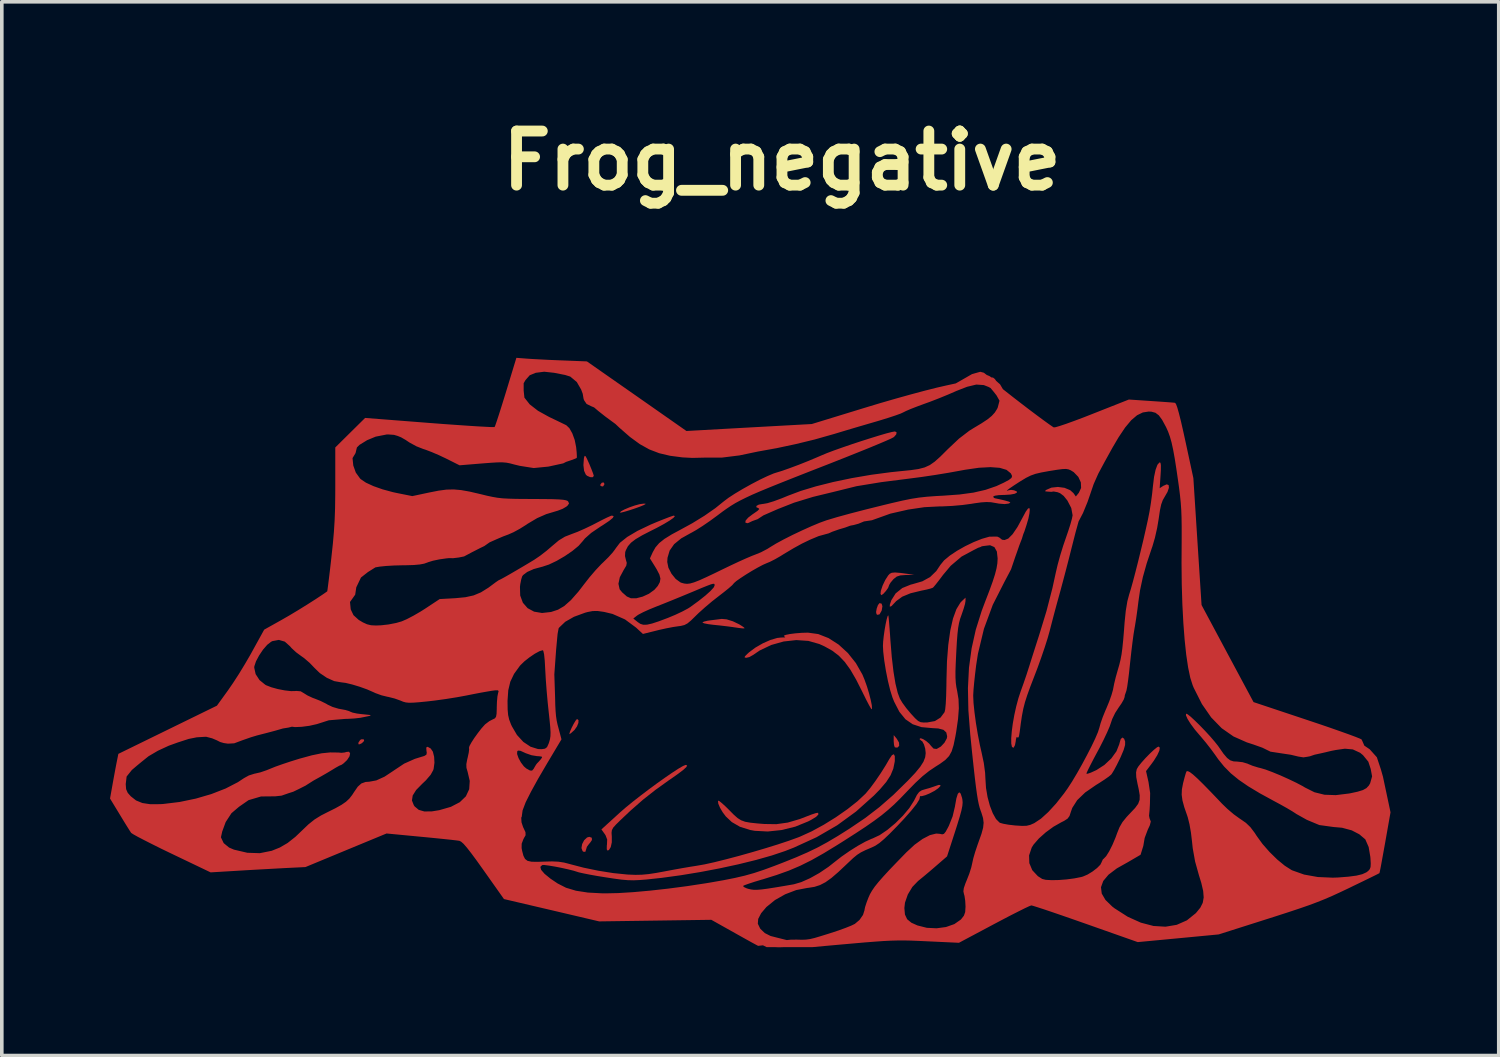
<source format=kicad_pcb>
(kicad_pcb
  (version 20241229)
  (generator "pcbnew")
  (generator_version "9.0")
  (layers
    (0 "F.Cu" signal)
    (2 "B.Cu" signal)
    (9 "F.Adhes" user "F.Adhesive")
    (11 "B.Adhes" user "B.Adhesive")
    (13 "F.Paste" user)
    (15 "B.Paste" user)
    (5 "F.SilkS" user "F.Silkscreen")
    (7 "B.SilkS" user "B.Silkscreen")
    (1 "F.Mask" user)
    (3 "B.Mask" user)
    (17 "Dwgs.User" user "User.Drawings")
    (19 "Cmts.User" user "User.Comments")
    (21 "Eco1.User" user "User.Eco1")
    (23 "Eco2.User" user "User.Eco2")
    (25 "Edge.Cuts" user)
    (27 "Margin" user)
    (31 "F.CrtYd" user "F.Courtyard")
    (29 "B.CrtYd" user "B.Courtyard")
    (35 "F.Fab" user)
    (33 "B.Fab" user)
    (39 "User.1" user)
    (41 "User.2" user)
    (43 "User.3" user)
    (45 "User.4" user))
  (footprint "Frog_negative"
    (layer "F.Cu")
    (at 18.626 1.404)
    (property "Reference" "Frog_negative" (at 0 0 0) (layer "F.SilkS") (effects (font (size 1.5 1.5) (thickness 0.3))))
    (attr board_only exclude_from_pos_files exclude_from_bom)
    (fp_poly (pts (xy -4.919 8.965) (xy -4.953 9.023) (xy -4.986 9.032) (xy -5.035 9.007) (xy -5.036 8.982) (xy -4.994 8.926) (xy -4.943 8.919)) (stroke (width 0) (type solid)) (fill yes) (layer "F.Cu"))
    (fp_poly (pts (xy -11.587 16.044) (xy -11.584 16.086) (xy -11.639 16.142) (xy -11.665 16.158) (xy -11.729 16.184) (xy -11.743 16.155) (xy -11.739 16.128) (xy -11.691 16.056) (xy -11.65 16.037)) (stroke (width 0) (type solid)) (fill yes) (layer "F.Cu"))
    (fp_poly (pts (xy 3.183 16.025) (xy 3.245 16.131) (xy 3.249 16.221) (xy 3.199 16.27) (xy 3.133 16.263) (xy 3.125 16.256) (xy 3.106 16.197) (xy 3.097 16.092) (xy 3.097 16.075) (xy 3.098 15.923)) (stroke (width 0) (type solid)) (fill yes) (layer "F.Cu"))
    (fp_poly (pts (xy 2.761 12.278) (xy 2.784 12.349) (xy 2.767 12.457) (xy 2.759 12.481) (xy 2.704 12.576) (xy 2.644 12.589) (xy 2.621 12.571) (xy 2.609 12.511) (xy 2.626 12.415) (xy 2.66 12.32) (xy 2.701 12.266) (xy 2.704 12.265)) (stroke (width 0) (type solid)) (fill yes) (layer "F.Cu"))
    (fp_poly (pts (xy -5.64 15.508) (xy -5.643 15.584) (xy -5.682 15.682) (xy -5.75 15.779) (xy -5.767 15.795) (xy -5.845 15.865) (xy -5.89 15.896) (xy -5.894 15.894) (xy -5.876 15.827) (xy -5.832 15.725) (xy -5.776 15.615) (xy -5.722 15.524) (xy -5.684 15.479) (xy -5.68 15.477)) (stroke (width 0) (type solid)) (fill yes) (layer "F.Cu"))
    (fp_poly (pts (xy -5.272 18.768) (xy -5.267 18.831) (xy -5.326 18.917) (xy -5.343 18.933) (xy -5.407 19.019) (xy -5.428 19.088) (xy -5.45 19.158) (xy -5.505 19.156) (xy -5.527 19.138) (xy -5.558 19.054) (xy -5.539 18.944) (xy -5.483 18.836) (xy -5.403 18.761) (xy -5.34 18.743)) (stroke (width 0) (type solid)) (fill yes) (layer "F.Cu"))
    (fp_poly (pts (xy -5.446 8.19) (xy -5.408 8.258) (xy -5.346 8.395) (xy -5.339 8.411) (xy -5.279 8.557) (xy -5.235 8.673) (xy -5.216 8.736) (xy -5.216 8.739) (xy -5.247 8.775) (xy -5.319 8.772) (xy -5.4 8.736) (xy -5.437 8.703) (xy -5.485 8.597) (xy -5.504 8.439) (xy -5.491 8.259) (xy -5.485 8.227) (xy -5.47 8.183)) (stroke (width 0) (type solid)) (fill yes) (layer "F.Cu"))
    (fp_poly (pts (xy -3.78 9.511) (xy -3.781 9.518) (xy -3.834 9.548) (xy -3.939 9.591) (xy -4.075 9.64) (xy -4.22 9.688) (xy -4.353 9.728) (xy -4.451 9.753) (xy -4.494 9.755) (xy -4.495 9.753) (xy -4.458 9.717) (xy -4.362 9.666) (xy -4.231 9.611) (xy -4.086 9.56) (xy -3.95 9.523) (xy -3.922 9.518) (xy -3.825 9.506)) (stroke (width 0) (type solid)) (fill yes) (layer "F.Cu"))
    (fp_poly (pts (xy -1.534 12.714) (xy -1.361 12.768) (xy -1.183 12.853) (xy -1.092 12.911) (xy -1.046 12.945) (xy -1.038 12.963) (xy -1.079 12.966) (xy -1.181 12.955) (xy -1.355 12.93) (xy -1.357 12.929) (xy -1.526 12.907) (xy -1.73 12.883) (xy -1.898 12.866) (xy -2.047 12.847) (xy -2.156 12.825) (xy -2.204 12.805) (xy -2.205 12.802) (xy -2.167 12.778) (xy -2.071 12.754) (xy -2.004 12.744) (xy -1.85 12.725) (xy -1.708 12.707) (xy -1.671 12.702)) (stroke (width 0) (type solid)) (fill yes) (layer "F.Cu"))
    (fp_poly (pts (xy 3.281 11.427) (xy 3.361 11.437) (xy 3.668 11.479) (xy 3.432 11.485) (xy 3.282 11.496) (xy 3.182 11.528) (xy 3.099 11.593) (xy 3.082 11.61) (xy 3.009 11.698) (xy 2.97 11.765) (xy 2.968 11.774) (xy 2.943 11.84) (xy 2.882 11.927) (xy 2.812 12.005) (xy 2.756 12.042) (xy 2.752 12.043) (xy 2.732 12.008) (xy 2.74 11.926) (xy 2.79 11.777) (xy 2.863 11.624) (xy 2.943 11.499) (xy 2.987 11.451) (xy 3.044 11.423) (xy 3.136 11.415)) (stroke (width 0) (type solid)) (fill yes) (layer "F.Cu"))
    (fp_poly (pts (xy -1.729 17.757) (xy -1.647 17.825) (xy -1.534 17.93) (xy -1.454 18.01) (xy -1.331 18.134) (xy -1.23 18.223) (xy -1.133 18.284) (xy -1.021 18.325) (xy -0.875 18.351) (xy -0.677 18.372) (xy -0.488 18.387) (xy -0.157 18.392) (xy 0.16 18.348) (xy 0.494 18.25) (xy 0.67 18.182) (xy 0.818 18.125) (xy 0.934 18.087) (xy 0.998 18.076) (xy 1.003 18.078) (xy 1.009 18.125) (xy 0.945 18.19) (xy 0.805 18.275) (xy 0.725 18.316) (xy 0.369 18.461) (xy -0.013 18.555) (xy -0.395 18.595) (xy -0.755 18.576) (xy -0.882 18.553) (xy -1.165 18.464) (xy -1.39 18.334) (xy -1.557 18.177) (xy -1.645 18.06) (xy -1.718 17.935) (xy -1.765 17.824) (xy -1.773 17.751) (xy -1.767 17.74)) (stroke (width 0) (type solid)) (fill yes) (layer "F.Cu"))
    (fp_poly (pts (xy -2.629 16.763) (xy -2.648 16.805) (xy -2.727 16.88) (xy -2.872 16.991) (xy -3.084 17.141) (xy -3.128 17.17) (xy -3.505 17.44) (xy -3.854 17.715) (xy -4.202 18.02) (xy -4.478 18.281) (xy -4.603 18.404) (xy -4.679 18.489) (xy -4.715 18.559) (xy -4.724 18.633) (xy -4.717 18.734) (xy -4.717 18.737) (xy -4.717 18.896) (xy -4.746 19.027) (xy -4.796 19.108) (xy -4.836 19.124) (xy -4.857 19.087) (xy -4.855 18.988) (xy -4.851 18.957) (xy -4.845 18.818) (xy -4.888 18.704) (xy -4.914 18.664) (xy -5.005 18.537) (xy -4.485 18.063) (xy -4.327 17.926) (xy -4.135 17.769) (xy -3.918 17.6) (xy -3.689 17.426) (xy -3.458 17.256) (xy -3.237 17.099) (xy -3.036 16.961) (xy -2.868 16.852) (xy -2.742 16.779) (xy -2.671 16.75) (xy -2.668 16.75)) (stroke (width 0) (type solid)) (fill yes) (layer "F.Cu"))
    (fp_poly (pts (xy 1.006 13.122) (xy 1.293 13.235) (xy 1.57 13.413) (xy 1.826 13.647) (xy 2.049 13.927) (xy 2.229 14.243) (xy 2.286 14.379) (xy 2.356 14.574) (xy 2.415 14.77) (xy 2.461 14.95) (xy 2.49 15.094) (xy 2.496 15.187) (xy 2.488 15.208) (xy 2.464 15.18) (xy 2.411 15.088) (xy 2.337 14.946) (xy 2.249 14.768) (xy 2.229 14.727) (xy 2.056 14.385) (xy 1.897 14.111) (xy 1.741 13.895) (xy 1.577 13.723) (xy 1.394 13.583) (xy 1.18 13.464) (xy 1.038 13.399) (xy 0.734 13.312) (xy 0.397 13.289) (xy 0.047 13.328) (xy -0.298 13.425) (xy -0.618 13.578) (xy -0.801 13.702) (xy -0.904 13.76) (xy -0.992 13.78) (xy -1.035 13.771) (xy -1.028 13.741) (xy -0.964 13.675) (xy -0.912 13.628) (xy -0.736 13.497) (xy -0.531 13.379) (xy -0.321 13.286) (xy -0.131 13.23) (xy -0.021 13.218) (xy 0.076 13.216) (xy 0.093 13.204) (xy 0.064 13.189) (xy 0.052 13.167) (xy 0.109 13.144) (xy 0.221 13.121) (xy 0.372 13.102) (xy 0.546 13.088) (xy 0.721 13.083)) (stroke (width 0) (type solid)) (fill yes) (layer "F.Cu"))
    (fp_poly (pts (xy -7.063 5.488) (xy -6.912 5.498) (xy -6.701 5.509) (xy -6.453 5.522) (xy -6.192 5.533) (xy -6.085 5.537) (xy -5.407 5.564) (xy -4.027 6.528) (xy -2.648 7.493) (xy -0.911 7.396) (xy 0.827 7.3) (xy 2.288 6.852) (xy 2.718 6.722) (xy 3.15 6.597) (xy 3.566 6.481) (xy 3.95 6.378) (xy 4.286 6.293) (xy 4.556 6.231) (xy 4.818 6.174) (xy 5.27 5.915) (xy 5.497 5.852) (xy 5.596 5.878) (xy 5.677 5.94) (xy 5.75 5.97) (xy 5.81 6.01) (xy 5.85 6.012) (xy 5.899 6.05) (xy 5.94 6.107) (xy 6.045 6.199) (xy 6.124 6.333) (xy 6.205 6.397) (xy 6.41 6.558) (xy 6.63 6.728) (xy 6.852 6.898) (xy 7.064 7.057) (xy 7.252 7.196) (xy 7.404 7.306) (xy 7.508 7.378) (xy 7.535 7.394) (xy 7.587 7.387) (xy 7.706 7.352) (xy 7.882 7.293) (xy 8.103 7.213) (xy 8.359 7.117) (xy 8.601 7.022) (xy 9.616 6.621) (xy 10.225 6.662) (xy 10.448 6.677) (xy 10.642 6.691) (xy 10.793 6.702) (xy 10.881 6.71) (xy 10.895 6.712) (xy 10.922 6.744) (xy 10.957 6.838) (xy 11.003 6.999) (xy 11.061 7.23) (xy 11.131 7.537) (xy 11.18 7.76) (xy 11.404 8.799) (xy 11.517 10.558) (xy 11.631 12.317) (xy 12.351 13.663) (xy 13.072 15.008) (xy 14.547 15.5) (xy 14.885 15.613) (xy 15.198 15.72) (xy 15.477 15.818) (xy 15.712 15.902) (xy 15.895 15.97) (xy 16.015 16.018) (xy 16.065 16.042) (xy 16.065 16.042) (xy 16.091 16.095) (xy 16.143 16.215) (xy 16.292 16.316) (xy 16.49 16.537) (xy 16.602 16.874) (xy 16.66 17.078) (xy 16.869 18.063) (xy 16.721 18.901) (xy 16.675 19.156) (xy 16.634 19.381) (xy 16.601 19.563) (xy 16.576 19.689) (xy 16.563 19.747) (xy 16.563 19.749) (xy 16.523 19.77) (xy 16.419 19.822) (xy 16.26 19.9) (xy 16.058 19.998) (xy 15.824 20.111) (xy 15.72 20.162) (xy 15.475 20.278) (xy 15.256 20.379) (xy 15.047 20.469) (xy 14.834 20.554) (xy 14.604 20.64) (xy 14.341 20.731) (xy 14.031 20.834) (xy 13.66 20.954) (xy 13.496 21.006) (xy 12.106 21.448) (xy 10.984 21.555) (xy 9.862 21.661) (xy 8.419 21.152) (xy 8.085 21.035) (xy 7.775 20.927) (xy 7.498 20.832) (xy 7.264 20.753) (xy 7.082 20.694) (xy 6.961 20.656) (xy 6.912 20.644) (xy 6.858 20.664) (xy 6.741 20.718) (xy 6.571 20.803) (xy 6.357 20.911) (xy 6.112 21.039) (xy 5.877 21.163) (xy 4.906 21.68) (xy 4.011 21.638) (xy 3.774 21.627) (xy 3.57 21.619) (xy 3.385 21.615) (xy 3.206 21.616) (xy 3.021 21.621) (xy 2.816 21.631) (xy 2.579 21.648) (xy 2.296 21.67) (xy 1.955 21.7) (xy 1.548 21.736) (xy 1.183 21.769) (xy 0.838 21.801) (xy 0.524 21.8) (xy 0.251 21.8) (xy 0.075 21.8) (xy -0.083 21.805) (xy -0.212 21.8) (xy -0.28 21.8) (xy -0.348 21.8) (xy -0.426 21.8) (xy -0.527 21.75) (xy -0.662 21.765) (xy -0.842 21.668) (xy -1.081 21.535) (xy -1.181 21.479) (xy -1.958 21.043) (xy -3.513 21.065) (xy -5.067 21.087) (xy -6.386 20.777) (xy -7.706 20.468) (xy -8.27 19.671) (xy -8.464 19.399) (xy -8.618 19.191) (xy -8.737 19.039) (xy -8.826 18.937) (xy -8.893 18.878) (xy -8.942 18.853) (xy -8.944 18.853) (xy -9.017 18.843) (xy -9.161 18.826) (xy -9.361 18.805) (xy -9.605 18.78) (xy -9.878 18.753) (xy -10.007 18.741) (xy -10.961 18.65) (xy -12.085 19.115) (xy -13.209 19.581) (xy -13.739 19.607) (xy -13.966 19.619) (xy -14.25 19.635) (xy -14.562 19.652) (xy -14.874 19.67) (xy -15.053 19.681) (xy -15.838 19.728) (xy -16.916 19.212) (xy -17.198 19.076) (xy -17.455 18.948) (xy -17.678 18.835) (xy -17.857 18.742) (xy -17.98 18.673) (xy -18.038 18.635) (xy -18.041 18.632) (xy -18.08 18.573) (xy -18.153 18.457) (xy -18.248 18.303) (xy -18.356 18.125) (xy -18.626 17.681) (xy -18.556 17.29) (xy -18.555 17.282) (xy -18.191 17.282) (xy -18.18 17.422) (xy -18.135 17.524) (xy -18.051 17.619) (xy -17.905 17.734) (xy -17.729 17.806) (xy -17.509 17.839) (xy -17.229 17.837) (xy -17.152 17.832) (xy -16.699 17.777) (xy -16.247 17.683) (xy -15.816 17.557) (xy -15.421 17.403) (xy -15.082 17.228) (xy -14.911 17.115) (xy -14.779 17.042) (xy -14.624 16.993) (xy -14.598 16.988) (xy -14.457 16.955) (xy -14.287 16.897) (xy -14.174 16.851) (xy -14.04 16.797) (xy -13.848 16.729) (xy -13.623 16.654) (xy -13.389 16.581) (xy -13.357 16.572) (xy -13.031 16.483) (xy -12.76 16.427) (xy -12.522 16.403) (xy -12.295 16.406) (xy -12.212 16.414) (xy -12.119 16.404) (xy -12.075 16.39) (xy -12.001 16.383) (xy -11.971 16.429) (xy -11.988 16.511) (xy -12.051 16.608) (xy -12.066 16.625) (xy -12.149 16.704) (xy -12.209 16.747) (xy -12.219 16.75) (xy -12.27 16.771) (xy -12.369 16.826) (xy -12.477 16.892) (xy -12.602 16.967) (xy -12.779 17.069) (xy -12.985 17.183) (xy -13.184 17.309) (xy -13.199 17.32) (xy -13.393 17.418) (xy -13.546 17.492) (xy -13.66 17.528) (xy -13.773 17.567) (xy -13.871 17.601) (xy -14.047 17.62) (xy -14.44 17.624) (xy -14.786 17.726) (xy -15.051 17.91) (xy -15.26 18.088) (xy -15.42 18.333) (xy -15.516 18.595) (xy -15.552 18.756) (xy -15.476 18.917) (xy -15.326 19.04) (xy -15.191 19.098) (xy -14.819 19.185) (xy -14.474 19.196) (xy -14.145 19.13) (xy -13.919 19.039) (xy -13.704 18.914) (xy -13.487 18.742) (xy -13.313 18.576) (xy -13.126 18.397) (xy -12.958 18.263) (xy -12.878 18.213) (xy -7.228 18.198) (xy -7.22 18.34) (xy -7.176 18.473) (xy -7.16 18.506) (xy -7.11 18.613) (xy -7.107 18.699) (xy -7.149 18.772) (xy -7.169 18.811) (xy -7.215 18.933) (xy -7.217 19.055) (xy -7.202 19.134) (xy -7.167 19.267) (xy -7.122 19.356) (xy -7.052 19.409) (xy -6.94 19.433) (xy -6.772 19.436) (xy -6.604 19.43) (xy -6.374 19.424) (xy -6.197 19.432) (xy -6.041 19.456) (xy -5.874 19.499) (xy -5.873 19.5) (xy -5.498 19.598) (xy -5.087 19.683) (xy -4.677 19.748) (xy -4.304 19.786) (xy -4.262 19.789) (xy -4.063 19.797) (xy -3.884 19.793) (xy -3.699 19.776) (xy -3.482 19.743) (xy -3.244 19.699) (xy -2.999 19.653) (xy -2.754 19.609) (xy -2.536 19.572) (xy -2.371 19.546) (xy -2.353 19.543) (xy -2.143 19.506) (xy -1.868 19.445) (xy -1.547 19.365) (xy -1.195 19.272) (xy -0.829 19.169) (xy -0.466 19.062) (xy -0.121 18.955) (xy 0.187 18.853) (xy 0.444 18.76) (xy 0.509 18.734) (xy 0.823 18.591) (xy 1.159 18.408) (xy 1.496 18.199) (xy 1.814 17.977) (xy 2.094 17.756) (xy 2.315 17.548) (xy 2.328 17.533) (xy 2.447 17.39) (xy 2.59 17.196) (xy 2.74 16.976) (xy 2.88 16.753) (xy 2.977 16.585) (xy 3.049 16.479) (xy 3.101 16.453) (xy 3.128 16.507) (xy 3.128 16.637) (xy 3.125 16.662) (xy 3.086 16.854) (xy 3.011 17.036) (xy 2.891 17.222) (xy 2.716 17.427) (xy 2.549 17.598) (xy 2.054 18.041) (xy 1.53 18.423) (xy 0.96 18.753) (xy 0.331 19.041) (xy 0.085 19.137) (xy -0.282 19.26) (xy -0.716 19.383) (xy -1.202 19.503) (xy -1.724 19.616) (xy -2.264 19.719) (xy -2.806 19.808) (xy -3.333 19.88) (xy -3.758 19.926) (xy -3.953 19.941) (xy -4.118 19.948) (xy -4.275 19.944) (xy -4.45 19.929) (xy -4.664 19.9) (xy -4.885 19.866) (xy -5.122 19.828) (xy -5.337 19.789) (xy -5.513 19.754) (xy -5.632 19.727) (xy -5.664 19.717) (xy -5.776 19.682) (xy -5.932 19.643) (xy -6.113 19.603) (xy -6.296 19.567) (xy -6.46 19.54) (xy -6.584 19.524) (xy -6.646 19.525) (xy -6.698 19.576) (xy -6.676 19.658) (xy -6.581 19.768) (xy -6.417 19.902) (xy -6.218 20.036) (xy -5.986 20.154) (xy -5.71 20.237) (xy -5.379 20.288) (xy -4.982 20.309) (xy -4.889 20.31) (xy -4.537 20.302) (xy -4.119 20.276) (xy -3.652 20.234) (xy -3.151 20.178) (xy -2.633 20.11) (xy -2.115 20.031) (xy -1.993 20.011) (xy -1.619 19.945) (xy -1.307 19.883) (xy -1.032 19.819) (xy -0.772 19.746) (xy -0.504 19.657) (xy -0.205 19.547) (xy 0.021 19.46) (xy 0.39 19.312) (xy 0.702 19.176) (xy 0.983 19.041) (xy 1.256 18.893) (xy 1.548 18.72) (xy 1.878 18.512) (xy 2.309 18.22) (xy 2.702 17.918) (xy 3.083 17.585) (xy 3.477 17.199) (xy 3.498 17.178) (xy 3.695 16.969) (xy 3.833 16.801) (xy 3.922 16.661) (xy 3.97 16.537) (xy 3.984 16.423) (xy 3.971 16.3) (xy 3.936 16.182) (xy 3.89 16.097) (xy 3.852 16.071) (xy 3.817 16.039) (xy 3.816 16.028) (xy 3.844 16.009) (xy 3.912 16.034) (xy 3.999 16.089) (xy 4.083 16.162) (xy 4.13 16.22) (xy 4.202 16.297) (xy 4.282 16.307) (xy 4.296 16.303) (xy 4.405 16.24) (xy 4.504 16.134) (xy 4.569 16.016) (xy 4.579 15.958) (xy 4.555 15.849) (xy 4.477 15.777) (xy 4.334 15.739) (xy 4.163 15.729) (xy 3.867 15.702) (xy 3.624 15.622) (xy 3.423 15.484) (xy 3.255 15.278) (xy 3.111 14.999) (xy 3.061 14.875) (xy 2.999 14.675) (xy 2.937 14.42) (xy 2.881 14.139) (xy 2.836 13.86) (xy 2.807 13.611) (xy 2.799 13.451) (xy 2.805 13.327) (xy 2.822 13.172) (xy 2.846 13.004) (xy 2.874 12.845) (xy 2.903 12.711) (xy 2.929 12.624) (xy 2.947 12.602) (xy 2.955 12.646) (xy 2.966 12.761) (xy 2.98 12.932) (xy 2.996 13.143) (xy 3.006 13.294) (xy 3.044 13.76) (xy 3.091 14.162) (xy 3.146 14.495) (xy 3.209 14.753) (xy 3.268 14.91) (xy 3.339 15.029) (xy 3.447 15.177) (xy 3.57 15.324) (xy 3.578 15.333) (xy 3.692 15.457) (xy 3.773 15.53) (xy 3.844 15.565) (xy 3.928 15.574) (xy 4.03 15.572) (xy 4.239 15.534) (xy 4.396 15.436) (xy 4.507 15.287) (xy 4.525 15.21) (xy 4.54 15.057) (xy 4.551 14.835) (xy 4.558 14.552) (xy 4.56 14.396) (xy 4.574 13.879) (xy 4.61 13.42) (xy 4.666 13.022) (xy 4.741 12.691) (xy 4.835 12.433) (xy 4.946 12.251) (xy 4.983 12.212) (xy 5.088 12.113) (xy 5.088 12.204) (xy 5.074 12.288) (xy 5.035 12.422) (xy 4.982 12.578) (xy 4.98 12.583) (xy 4.939 12.699) (xy 4.908 12.817) (xy 4.884 12.951) (xy 4.865 13.119) (xy 4.848 13.337) (xy 4.832 13.623) (xy 4.831 13.644) (xy 4.817 13.936) (xy 4.809 14.16) (xy 4.81 14.333) (xy 4.818 14.471) (xy 4.834 14.591) (xy 4.857 14.704) (xy 4.894 14.929) (xy 4.903 15.181) (xy 4.881 15.476) (xy 4.83 15.829) (xy 4.806 15.965) (xy 4.757 16.201) (xy 4.704 16.373) (xy 4.632 16.503) (xy 4.528 16.612) (xy 4.378 16.721) (xy 4.264 16.793) (xy 4.079 16.917) (xy 3.896 17.063) (xy 3.698 17.247) (xy 3.467 17.484) (xy 3.448 17.504) (xy 3.271 17.688) (xy 3.105 17.851) (xy 2.937 18.001) (xy 2.758 18.148) (xy 2.555 18.299) (xy 2.318 18.464) (xy 2.035 18.65) (xy 1.694 18.868) (xy 1.527 18.973) (xy 1.148 19.204) (xy 0.814 19.392) (xy 0.502 19.547) (xy 0.189 19.68) (xy -0.146 19.8) (xy -0.525 19.919) (xy -0.572 19.932) (xy -0.761 19.989) (xy -0.92 20.041) (xy -1.032 20.081) (xy -1.076 20.102) (xy -1.062 20.131) (xy -0.985 20.168) (xy -0.928 20.186) (xy -0.857 20.202) (xy -0.781 20.211) (xy -0.689 20.211) (xy -0.569 20.202) (xy -0.409 20.181) (xy -0.197 20.148) (xy 0.078 20.102) (xy 0.331 20.058) (xy 0.535 19.998) (xy 0.778 19.89) (xy 1.037 19.745) (xy 1.29 19.574) (xy 1.455 19.444) (xy 1.651 19.291) (xy 1.874 19.136) (xy 2.101 18.993) (xy 2.312 18.876) (xy 2.485 18.797) (xy 2.514 18.787) (xy 2.706 18.697) (xy 2.921 18.551) (xy 3.143 18.366) (xy 3.352 18.158) (xy 3.53 17.946) (xy 3.658 17.745) (xy 3.67 17.722) (xy 3.741 17.582) (xy 3.803 17.499) (xy 3.875 17.453) (xy 3.962 17.426) (xy 4.098 17.388) (xy 4.214 17.349) (xy 4.232 17.342) (xy 4.343 17.304) (xy 4.393 17.307) (xy 4.387 17.341) (xy 4.331 17.397) (xy 4.233 17.466) (xy 4.098 17.537) (xy 4.095 17.539) (xy 3.973 17.589) (xy 3.881 17.614) (xy 3.85 17.614) (xy 3.824 17.617) (xy 3.826 17.626) (xy 3.81 17.704) (xy 3.73 17.834) (xy 3.585 18.016) (xy 3.378 18.25) (xy 3.188 18.451) (xy 2.987 18.656) (xy 2.828 18.807) (xy 2.7 18.915) (xy 2.589 18.989) (xy 2.492 19.036) (xy 2.316 19.111) (xy 2.188 19.174) (xy 2.082 19.242) (xy 1.972 19.333) (xy 1.835 19.462) (xy 1.795 19.5) (xy 1.561 19.72) (xy 1.37 19.884) (xy 1.205 20.002) (xy 1.054 20.08) (xy 0.903 20.129) (xy 0.737 20.156) (xy 0.7 20.16) (xy 0.394 20.219) (xy 0.09 20.335) (xy -0.193 20.495) (xy -0.431 20.688) (xy -0.577 20.86) (xy -0.659 21.018) (xy -0.669 21.152) (xy -0.606 21.282) (xy -0.595 21.297) (xy -0.475 21.411) (xy -0.314 21.492) (xy -0.133 21.538) (xy 0.133 21.605) (xy 0.24 21.594) (xy 0.407 21.592) (xy 0.55 21.596) (xy 0.664 21.592) (xy 0.775 21.577) (xy 0.902 21.547) (xy 1.067 21.498) (xy 1.287 21.43) (xy 1.352 21.409) (xy 1.565 21.339) (xy 1.761 21.268) (xy 1.919 21.205) (xy 2.018 21.157) (xy 2.021 21.155) (xy 2.15 21.046) (xy 2.246 20.908) (xy 2.289 20.774) (xy 2.29 20.758) (xy 2.305 20.686) (xy 2.345 20.564) (xy 2.396 20.43) (xy 2.44 20.332) (xy 2.497 20.233) (xy 2.572 20.124) (xy 2.674 19.997) (xy 2.809 19.843) (xy 2.984 19.653) (xy 3.207 19.421) (xy 3.448 19.173) (xy 3.676 18.962) (xy 3.897 18.802) (xy 4.1 18.696) (xy 4.276 18.652) (xy 4.377 18.66) (xy 4.442 18.674) (xy 4.491 18.659) (xy 4.538 18.601) (xy 4.601 18.486) (xy 4.627 18.435) (xy 4.731 18.174) (xy 4.797 17.894) (xy 4.799 17.876) (xy 4.835 17.676) (xy 4.874 17.552) (xy 4.914 17.508) (xy 4.954 17.545) (xy 4.992 17.664) (xy 5.002 17.715) (xy 5.008 17.791) (xy 5 17.886) (xy 4.974 18.014) (xy 4.927 18.186) (xy 4.856 18.418) (xy 4.804 18.581) (xy 4.576 19.285) (xy 4.24 19.576) (xy 4.084 19.71) (xy 3.937 19.833) (xy 3.82 19.929) (xy 3.773 19.967) (xy 3.615 20.131) (xy 3.488 20.342) (xy 3.41 20.567) (xy 3.393 20.716) (xy 3.409 20.897) (xy 3.47 21.027) (xy 3.588 21.124) (xy 3.755 21.199) (xy 4.015 21.265) (xy 4.286 21.278) (xy 4.547 21.243) (xy 4.778 21.162) (xy 4.956 21.038) (xy 4.969 21.024) (xy 5.043 20.929) (xy 5.079 20.828) (xy 5.088 20.683) (xy 5.088 20.67) (xy 5.08 20.517) (xy 5.06 20.382) (xy 5.046 20.332) (xy 5.029 20.255) (xy 5.041 20.163) (xy 5.086 20.032) (xy 5.125 19.937) (xy 5.193 19.764) (xy 5.248 19.589) (xy 5.276 19.464) (xy 5.304 19.338) (xy 5.355 19.163) (xy 5.42 18.969) (xy 5.451 18.882) (xy 5.53 18.66) (xy 5.576 18.491) (xy 5.59 18.353) (xy 5.574 18.223) (xy 5.529 18.076) (xy 5.51 18.024) (xy 5.482 17.942) (xy 5.456 17.842) (xy 5.43 17.715) (xy 5.404 17.553) (xy 5.376 17.349) (xy 5.345 17.094) (xy 5.31 16.779) (xy 5.269 16.397) (xy 5.223 15.939) (xy 5.219 15.902) (xy 5.167 15.23) (xy 5.155 14.619) (xy 5.184 14.054) (xy 5.257 13.519) (xy 5.373 12.999) (xy 5.536 12.48) (xy 5.626 12.24) (xy 5.749 11.921) (xy 5.841 11.667) (xy 5.906 11.464) (xy 5.948 11.299) (xy 5.971 11.159) (xy 5.978 11.031) (xy 5.978 11.024) (xy 5.957 10.834) (xy 5.888 10.711) (xy 5.769 10.66) (xy 5.682 10.67) (xy 5.6 10.68) (xy 5.541 10.689) (xy 5.501 10.71) (xy 5.437 10.731) (xy 5.338 10.782) (xy 5.323 10.789) (xy 4.979 10.974) (xy 4.678 11.229) (xy 4.467 11.48) (xy 4.358 11.625) (xy 4.265 11.744) (xy 4.201 11.82) (xy 4.182 11.838) (xy 4.121 11.86) (xy 4.003 11.89) (xy 3.862 11.919) (xy 3.562 11.992) (xy 3.334 12.086) (xy 3.167 12.208) (xy 3.123 12.255) (xy 3.036 12.347) (xy 2.99 12.365) (xy 2.989 12.311) (xy 3.031 12.186) (xy 3.151 11.995) (xy 3.336 11.846) (xy 3.571 11.751) (xy 3.613 11.741) (xy 3.891 11.66) (xy 4.106 11.542) (xy 4.278 11.375) (xy 4.393 11.203) (xy 4.493 11.08) (xy 4.652 10.948) (xy 4.853 10.814) (xy 5.079 10.686) (xy 5.314 10.573) (xy 5.542 10.482) (xy 5.747 10.423) (xy 5.911 10.42) (xy 5.974 10.422) (xy 6.03 10.45) (xy 6.064 10.477) (xy 6.1 10.507) (xy 6.17 10.516) (xy 6.273 10.475) (xy 6.393 10.354) (xy 6.528 10.155) (xy 6.671 9.891) (xy 6.757 9.731) (xy 6.82 9.643) (xy 6.859 9.629) (xy 6.869 9.679) (xy 6.86 9.777) (xy 6.83 9.925) (xy 6.775 10.111) (xy 6.719 10.281) (xy 6.69 10.351) (xy 6.65 10.481) (xy 6.58 10.662) (xy 6.51 10.863) (xy 6.468 10.98) (xy 6.35 11.328) (xy 6.166 11.677) (xy 5.843 12.313) (xy 5.599 12.975) (xy 5.432 13.67) (xy 5.382 13.993) (xy 5.353 14.234) (xy 5.328 14.464) (xy 5.31 14.662) (xy 5.302 14.804) (xy 5.301 14.829) (xy 5.31 15.033) (xy 5.337 15.294) (xy 5.377 15.591) (xy 5.428 15.898) (xy 5.485 16.194) (xy 5.536 16.418) (xy 5.595 16.696) (xy 5.631 16.965) (xy 5.64 17.139) (xy 5.656 17.388) (xy 5.699 17.641) (xy 5.763 17.88) (xy 5.843 18.088) (xy 5.933 18.249) (xy 6.028 18.345) (xy 6.045 18.355) (xy 6.137 18.381) (xy 6.283 18.407) (xy 6.456 18.427) (xy 6.479 18.429) (xy 6.657 18.44) (xy 6.781 18.436) (xy 6.882 18.412) (xy 6.989 18.365) (xy 6.998 18.36) (xy 7.179 18.24) (xy 7.383 18.055) (xy 7.6 17.818) (xy 7.818 17.541) (xy 7.917 17.402) (xy 8.043 17.208) (xy 8.18 16.978) (xy 8.32 16.73) (xy 8.456 16.476) (xy 8.58 16.234) (xy 8.684 16.017) (xy 8.759 15.84) (xy 8.798 15.719) (xy 8.8 15.711) (xy 8.832 15.595) (xy 8.889 15.431) (xy 8.963 15.248) (xy 8.993 15.18) (xy 9.07 14.994) (xy 9.134 14.813) (xy 9.176 14.667) (xy 9.183 14.628) (xy 9.21 14.492) (xy 9.254 14.312) (xy 9.306 14.128) (xy 9.308 14.121) (xy 9.351 13.973) (xy 9.385 13.833) (xy 9.413 13.685) (xy 9.436 13.511) (xy 9.458 13.296) (xy 9.481 13.023) (xy 9.497 12.806) (xy 9.53 12.48) (xy 9.575 12.209) (xy 9.625 12.022) (xy 9.669 11.88) (xy 9.727 11.673) (xy 9.795 11.415) (xy 9.869 11.125) (xy 9.944 10.818) (xy 10.018 10.512) (xy 10.084 10.222) (xy 10.141 9.965) (xy 10.182 9.759) (xy 10.191 9.711) (xy 10.227 9.487) (xy 10.26 9.241) (xy 10.283 9.025) (xy 10.284 9.016) (xy 10.314 8.766) (xy 10.357 8.567) (xy 10.408 8.429) (xy 10.465 8.364) (xy 10.469 8.363) (xy 10.493 8.375) (xy 10.504 8.442) (xy 10.503 8.573) (xy 10.495 8.712) (xy 10.47 9.079) (xy 10.571 9.013) (xy 10.666 8.972) (xy 10.719 8.993) (xy 10.726 9.067) (xy 10.687 9.182) (xy 10.615 9.307) (xy 10.556 9.409) (xy 10.512 9.53) (xy 10.477 9.694) (xy 10.444 9.919) (xy 10.4 10.181) (xy 10.338 10.455) (xy 10.268 10.695) (xy 10.256 10.727) (xy 10.111 11.161) (xy 10.003 11.546) (xy 9.926 11.908) (xy 9.882 12.212) (xy 9.853 12.443) (xy 9.819 12.684) (xy 9.785 12.897) (xy 9.771 12.976) (xy 9.745 13.133) (xy 9.716 13.351) (xy 9.685 13.604) (xy 9.656 13.867) (xy 9.645 13.968) (xy 9.62 14.203) (xy 9.594 14.413) (xy 9.57 14.58) (xy 9.549 14.688) (xy 9.539 14.718) (xy 9.504 14.819) (xy 9.498 14.867) (xy 9.474 14.937) (xy 9.41 15.048) (xy 9.335 15.156) (xy 9.236 15.309) (xy 9.155 15.476) (xy 9.121 15.576) (xy 9.083 15.686) (xy 9.012 15.85) (xy 8.917 16.051) (xy 8.807 16.269) (xy 8.755 16.365) (xy 8.646 16.568) (xy 8.554 16.746) (xy 8.484 16.885) (xy 8.445 16.971) (xy 8.438 16.991) (xy 8.473 16.994) (xy 8.563 16.963) (xy 8.692 16.904) (xy 8.716 16.893) (xy 8.938 16.75) (xy 9.129 16.57) (xy 9.272 16.372) (xy 9.351 16.173) (xy 9.357 16.145) (xy 9.391 16.032) (xy 9.438 15.99) (xy 9.485 16.024) (xy 9.513 16.103) (xy 9.511 16.198) (xy 9.472 16.334) (xy 9.391 16.526) (xy 9.366 16.58) (xy 9.283 16.748) (xy 9.206 16.892) (xy 9.145 16.992) (xy 9.126 17.017) (xy 9.06 17.072) (xy 8.941 17.156) (xy 8.79 17.254) (xy 8.707 17.305) (xy 8.404 17.514) (xy 8.184 17.726) (xy 8.047 17.941) (xy 8.007 18.054) (xy 7.971 18.165) (xy 7.916 18.239) (xy 7.819 18.302) (xy 7.744 18.339) (xy 7.527 18.462) (xy 7.313 18.618) (xy 7.121 18.789) (xy 6.975 18.957) (xy 6.923 19.04) (xy 6.85 19.258) (xy 6.857 19.472) (xy 6.939 19.668) (xy 7.093 19.833) (xy 7.215 19.911) (xy 7.314 19.935) (xy 7.474 19.944) (xy 7.674 19.94) (xy 7.891 19.923) (xy 8.104 19.895) (xy 8.291 19.858) (xy 8.344 19.843) (xy 8.472 19.788) (xy 8.609 19.704) (xy 8.734 19.608) (xy 8.825 19.516) (xy 8.862 19.443) (xy 8.862 19.441) (xy 8.895 19.369) (xy 8.919 19.349) (xy 8.987 19.278) (xy 9.071 19.144) (xy 9.161 18.965) (xy 9.247 18.761) (xy 9.289 18.645) (xy 9.357 18.476) (xy 9.439 18.334) (xy 9.556 18.19) (xy 9.655 18.085) (xy 9.789 17.943) (xy 9.873 17.829) (xy 9.914 17.719) (xy 9.917 17.59) (xy 9.888 17.418) (xy 9.857 17.277) (xy 9.821 17.09) (xy 9.816 16.957) (xy 9.835 16.867) (xy 9.879 16.793) (xy 9.965 16.685) (xy 10.076 16.561) (xy 10.196 16.438) (xy 10.309 16.332) (xy 10.397 16.261) (xy 10.44 16.241) (xy 10.474 16.272) (xy 10.46 16.356) (xy 10.403 16.48) (xy 10.308 16.633) (xy 10.245 16.72) (xy 10.092 16.921) (xy 10.16 17.222) (xy 10.206 17.53) (xy 10.2 17.825) (xy 10.191 17.992) (xy 10.175 18.158) (xy 10.19 18.232) (xy 10.224 18.318) (xy 10.197 18.424) (xy 10.141 18.543) (xy 10.054 18.774) (xy 10.016 18.996) (xy 9.94 19.24) (xy 9.598 19.44) (xy 9.283 19.617) (xy 9.052 19.792) (xy 8.906 19.966) (xy 8.843 20.14) (xy 8.864 20.316) (xy 8.968 20.493) (xy 9.155 20.675) (xy 9.22 20.725) (xy 9.586 20.959) (xy 9.948 21.122) (xy 10.299 21.214) (xy 10.633 21.234) (xy 10.943 21.182) (xy 11.224 21.058) (xy 11.469 20.861) (xy 11.487 20.841) (xy 11.597 20.706) (xy 11.664 20.572) (xy 11.69 20.424) (xy 11.676 20.244) (xy 11.623 20.017) (xy 11.559 19.81) (xy 11.452 19.427) (xy 11.386 19.058) (xy 11.367 18.876) (xy 11.337 18.626) (xy 11.296 18.392) (xy 11.249 18.204) (xy 11.236 18.164) (xy 11.152 17.921) (xy 11.101 17.733) (xy 11.08 17.575) (xy 11.086 17.427) (xy 11.117 17.264) (xy 11.124 17.235) (xy 11.162 17.09) (xy 11.194 16.98) (xy 11.214 16.928) (xy 11.215 16.928) (xy 11.248 16.921) (xy 11.307 16.949) (xy 11.395 17.016) (xy 11.519 17.128) (xy 11.682 17.288) (xy 11.891 17.502) (xy 12.151 17.774) (xy 12.193 17.819) (xy 12.35 17.971) (xy 12.526 18.12) (xy 12.688 18.237) (xy 12.707 18.249) (xy 12.861 18.356) (xy 12.984 18.474) (xy 13.102 18.63) (xy 13.162 18.722) (xy 13.321 18.941) (xy 13.516 19.163) (xy 13.727 19.37) (xy 13.937 19.543) (xy 14.125 19.663) (xy 14.149 19.674) (xy 14.474 19.789) (xy 14.853 19.857) (xy 15.267 19.875) (xy 15.414 19.87) (xy 15.705 19.847) (xy 15.925 19.818) (xy 16.085 19.779) (xy 16.198 19.728) (xy 16.249 19.69) (xy 16.293 19.641) (xy 16.316 19.579) (xy 16.321 19.483) (xy 16.312 19.329) (xy 16.309 19.296) (xy 16.263 19.025) (xy 16.17 18.813) (xy 16.005 18.673) (xy 15.796 18.564) (xy 15.526 18.491) (xy 15.285 18.47) (xy 14.895 18.416) (xy 14.55 18.272) (xy 14.255 18.107) (xy 14.24 18.096) (xy 14.147 18.036) (xy 13.999 17.948) (xy 13.817 17.846) (xy 13.633 17.747) (xy 13.245 17.535) (xy 12.926 17.343) (xy 12.662 17.162) (xy 12.443 16.983) (xy 12.257 16.795) (xy 12.092 16.591) (xy 12.01 16.474) (xy 11.894 16.315) (xy 11.75 16.131) (xy 11.606 15.959) (xy 11.591 15.942) (xy 11.445 15.77) (xy 11.326 15.609) (xy 11.241 15.472) (xy 11.198 15.374) (xy 11.202 15.329) (xy 11.242 15.344) (xy 11.327 15.411) (xy 11.443 15.518) (xy 11.58 15.652) (xy 11.725 15.802) (xy 11.866 15.955) (xy 11.991 16.1) (xy 12.089 16.223) (xy 12.116 16.262) (xy 12.24 16.44) (xy 12.339 16.556) (xy 12.426 16.622) (xy 12.519 16.652) (xy 12.619 16.657) (xy 12.769 16.674) (xy 12.909 16.716) (xy 12.924 16.724) (xy 13.047 16.774) (xy 13.203 16.822) (xy 13.27 16.838) (xy 13.406 16.878) (xy 13.595 16.949) (xy 13.814 17.039) (xy 14.041 17.141) (xy 14.255 17.243) (xy 14.432 17.336) (xy 14.502 17.378) (xy 14.76 17.507) (xy 15.038 17.576) (xy 15.353 17.587) (xy 15.717 17.542) (xy 15.748 17.537) (xy 15.959 17.491) (xy 16.105 17.446) (xy 16.202 17.392) (xy 16.269 17.32) (xy 16.304 17.259) (xy 16.358 17.068) (xy 16.32 16.862) (xy 16.254 16.66) (xy 16.107 16.48) (xy 16.026 16.413) (xy 15.825 16.32) (xy 15.604 16.3) (xy 15.358 16.335) (xy 15.228 16.36) (xy 15.063 16.4) (xy 14.926 16.431) (xy 14.765 16.466) (xy 14.635 16.51) (xy 14.562 16.524) (xy 14.454 16.54) (xy 14.31 16.517) (xy 14.107 16.468) (xy 13.854 16.43) (xy 13.541 16.382) (xy 13.317 16.272) (xy 13.067 16.183) (xy 12.887 16.125) (xy 12.517 15.961) (xy 12.189 15.732) (xy 11.898 15.433) (xy 11.641 15.062) (xy 11.415 14.614) (xy 11.386 14.545) (xy 11.319 14.336) (xy 11.259 14.051) (xy 11.206 13.696) (xy 11.162 13.28) (xy 11.126 12.81) (xy 11.099 12.294) (xy 11.082 11.739) (xy 11.076 11.153) (xy 11.078 10.813) (xy 11.08 10.444) (xy 11.08 10.142) (xy 11.076 9.892) (xy 11.068 9.677) (xy 11.054 9.479) (xy 11.034 9.282) (xy 11.008 9.069) (xy 10.991 8.947) (xy 10.936 8.566) (xy 10.888 8.258) (xy 10.843 8.01) (xy 10.799 7.81) (xy 10.753 7.647) (xy 10.703 7.509) (xy 10.646 7.383) (xy 10.642 7.376) (xy 10.538 7.184) (xy 10.446 7.059) (xy 10.353 6.988) (xy 10.243 6.958) (xy 10.166 6.954) (xy 10.003 6.979) (xy 9.843 7.057) (xy 9.682 7.194) (xy 9.513 7.396) (xy 9.33 7.669) (xy 9.159 7.96) (xy 8.945 8.347) (xy 8.768 8.677) (xy 8.64 8.965) (xy 8.542 9.253) (xy 8.47 9.461) (xy 8.345 9.766) (xy 8.222 10.001) (xy 8.137 10.308) (xy 8.046 10.665) (xy 8.03 10.728) (xy 7.956 11.021) (xy 7.875 11.335) (xy 7.794 11.641) (xy 7.722 11.91) (xy 7.691 12.022) (xy 7.619 12.283) (xy 7.542 12.569) (xy 7.47 12.844) (xy 7.42 13.039) (xy 7.365 13.234) (xy 7.286 13.483) (xy 7.19 13.765) (xy 7.086 14.055) (xy 6.996 14.29) (xy 6.884 14.58) (xy 6.8 14.813) (xy 6.736 15.011) (xy 6.689 15.195) (xy 6.652 15.387) (xy 6.619 15.609) (xy 6.59 15.835) (xy 6.569 15.958) (xy 6.544 15.998) (xy 6.53 15.985) (xy 6.503 15.977) (xy 6.484 16.051) (xy 6.48 16.092) (xy 6.459 16.201) (xy 6.424 16.267) (xy 6.414 16.273) (xy 6.375 16.25) (xy 6.356 16.158) (xy 6.355 16.011) (xy 6.37 15.82) (xy 6.399 15.6) (xy 6.441 15.364) (xy 6.494 15.125) (xy 6.556 14.895) (xy 6.618 14.708) (xy 6.696 14.49) (xy 6.779 14.248) (xy 6.849 14.03) (xy 6.854 14.015) (xy 6.911 13.833) (xy 6.984 13.603) (xy 7.063 13.356) (xy 7.124 13.167) (xy 7.332 12.486) (xy 7.497 11.848) (xy 7.59 11.422) (xy 7.641 11.203) (xy 7.713 10.941) (xy 7.796 10.672) (xy 7.866 10.468) (xy 7.937 10.261) (xy 7.997 10.073) (xy 8.038 9.924) (xy 8.056 9.832) (xy 8.056 9.826) (xy 8.019 9.627) (xy 7.912 9.421) (xy 7.809 9.293) (xy 7.71 9.218) (xy 7.64 9.19) (xy 7.532 9.17) (xy 7.463 9.18) (xy 7.342 9.171) (xy 7.294 9.164) (xy 7.307 9.14) (xy 7.321 9.128) (xy 7.469 9.063) (xy 7.649 9.044) (xy 7.831 9.068) (xy 7.988 9.133) (xy 8.079 9.214) (xy 8.146 9.308) (xy 8.229 9.207) (xy 8.292 9.071) (xy 8.285 8.917) (xy 8.215 8.766) (xy 8.089 8.635) (xy 8.004 8.582) (xy 7.943 8.557) (xy 7.872 8.545) (xy 7.772 8.549) (xy 7.626 8.568) (xy 7.415 8.602) (xy 7.407 8.603) (xy 7.188 8.643) (xy 7.027 8.681) (xy 6.895 8.728) (xy 6.766 8.792) (xy 6.612 8.885) (xy 6.58 8.905) (xy 6.432 9.001) (xy 6.315 9.08) (xy 6.246 9.132) (xy 6.233 9.145) (xy 6.261 9.146) (xy 6.278 9.137) (xy 6.35 9.125) (xy 6.433 9.137) (xy 6.509 9.168) (xy 6.512 9.202) (xy 6.45 9.233) (xy 6.335 9.255) (xy 6.177 9.265) (xy 6.156 9.265) (xy 6.01 9.271) (xy 5.902 9.287) (xy 5.855 9.308) (xy 5.874 9.347) (xy 5.918 9.362) (xy 6.009 9.38) (xy 6.139 9.41) (xy 6.187 9.422) (xy 6.295 9.453) (xy 6.331 9.475) (xy 6.303 9.496) (xy 6.277 9.506) (xy 6.172 9.519) (xy 6.015 9.506) (xy 5.931 9.491) (xy 5.797 9.468) (xy 5.67 9.462) (xy 5.521 9.472) (xy 5.325 9.499) (xy 5.247 9.512) (xy 5.001 9.545) (xy 4.718 9.57) (xy 4.448 9.583) (xy 4.357 9.584) (xy 3.948 9.605) (xy 3.501 9.671) (xy 3.005 9.784) (xy 2.494 9.967) (xy 2.274 10) (xy 2.122 10.063) (xy 1.987 10.1) (xy 1.931 10.11) (xy 1.886 10.12) (xy 1.751 10.17) (xy 1.581 10.22) (xy 1.393 10.286) (xy 1.296 10.33) (xy 1.016 10.407) (xy 0.777 10.507) (xy 0.553 10.615) (xy 0.319 10.744) (xy 0.049 10.905) (xy -0.042 10.962) (xy -0.192 11.048) (xy -0.338 11.122) (xy -0.424 11.157) (xy -0.528 11.203) (xy -0.67 11.278) (xy -0.833 11.371) (xy -0.999 11.473) (xy -1.149 11.571) (xy -1.267 11.654) (xy -1.333 11.712) (xy -1.341 11.724) (xy -1.382 11.77) (xy -1.477 11.853) (xy -1.611 11.961) (xy -1.744 12.064) (xy -1.936 12.214) (xy -2.135 12.382) (xy -2.312 12.541) (xy -2.388 12.615) (xy -2.521 12.745) (xy -2.619 12.827) (xy -2.705 12.872) (xy -2.802 12.896) (xy -2.869 12.905) (xy -3.013 12.926) (xy -3.205 12.963) (xy -3.409 13.008) (xy -3.471 13.024) (xy -3.854 13.119) (xy -4.036 12.951) (xy -3.83 12.951) (xy -3.807 12.963) (xy -3.791 12.98) (xy -3.782 13) (xy -3.795 12.976) (xy -3.857 12.935) (xy -3.825 12.934) (xy -3.835 12.96) (xy -4.036 12.951) (xy -4.043 12.944) (xy -4.35 12.717) (xy -4.408 12.691) (xy -4.121 12.691) (xy -4 12.789) (xy -3.926 12.839) (xy -3.845 12.864) (xy -3.742 12.862) (xy -3.604 12.831) (xy -3.417 12.77) (xy -3.167 12.676) (xy -3.159 12.673) (xy -2.958 12.589) (xy -2.764 12.498) (xy -2.605 12.413) (xy -2.539 12.371) (xy -2.313 12.206) (xy -2.124 12.056) (xy -1.981 11.928) (xy -1.893 11.831) (xy -1.868 11.779) (xy -1.868 11.748) (xy -1.878 11.73) (xy -1.908 11.728) (xy -1.97 11.744) (xy -2.073 11.783) (xy -2.23 11.846) (xy -2.45 11.939) (xy -2.544 11.978) (xy -2.79 12.08) (xy -3.056 12.189) (xy -3.307 12.29) (xy -3.492 12.363) (xy -3.678 12.439) (xy -3.844 12.514) (xy -3.968 12.578) (xy -4.015 12.608) (xy -4.121 12.691) (xy -4.408 12.691) (xy -4.697 12.564) (xy -4.931 12.508) (xy -5.107 12.483) (xy -5.246 12.484) (xy -5.391 12.512) (xy -5.457 12.53) (xy -5.765 12.643) (xy -6.007 12.781) (xy -6.174 12.94) (xy -6.191 12.963) (xy -6.22 13.12) (xy -6.26 13.55) (xy -6.31 14.24) (xy -6.289 14.871) (xy -6.284 15.088) (xy -6.275 15.26) (xy -6.263 15.397) (xy -6.246 15.513) (xy -6.223 15.622) (xy -6.201 15.706) (xy -6.112 16.04) (xy -6.513 16.712) (xy -6.761 17.136) (xy -6.958 17.494) (xy -7.105 17.786) (xy -7.19 18.011) (xy -7.215 18.195) (xy -7.244 18.22) (xy -12.878 18.213) (xy -12.776 18.15) (xy -12.613 18.067) (xy -12.38 17.951) (xy -12.21 17.856) (xy -12.085 17.77) (xy -11.991 17.682) (xy -11.912 17.58) (xy -11.865 17.507) (xy -11.758 17.352) (xy -11.658 17.263) (xy -11.542 17.222) (xy -11.441 17.215) (xy -11.245 17.179) (xy -11.018 17.076) (xy -10.771 16.913) (xy -10.762 16.906) (xy -10.473 16.714) (xy -10.178 16.582) (xy -10.035 16.538) (xy -9.914 16.501) (xy -9.857 16.466) (xy -9.846 16.414) (xy -9.854 16.361) (xy -9.861 16.268) (xy -9.825 16.246) (xy -9.741 16.292) (xy -9.736 16.296) (xy -9.677 16.383) (xy -9.642 16.524) (xy -9.633 16.69) (xy -9.655 16.852) (xy -9.666 16.892) (xy -9.738 17.022) (xy -9.871 17.177) (xy -9.969 17.27) (xy -10.141 17.445) (xy -10.236 17.597) (xy -10.257 17.736) (xy -10.205 17.867) (xy -10.182 17.9) (xy -10.069 17.995) (xy -9.913 18.04) (xy -9.702 18.037) (xy -9.499 18.004) (xy -9.177 17.911) (xy -8.931 17.783) (xy -8.762 17.62) (xy -8.67 17.423) (xy -8.655 17.193) (xy -8.713 16.944) (xy -8.746 16.831) (xy -8.749 16.727) (xy -8.724 16.593) (xy -8.712 16.546) (xy -8.691 16.447) (xy -7.342 16.447) (xy -7.303 16.559) (xy -7.236 16.682) (xy -7.154 16.79) (xy -7.087 16.848) (xy -6.986 16.904) (xy -6.927 16.907) (xy -6.882 16.856) (xy -6.865 16.824) (xy -6.817 16.743) (xy -6.789 16.707) (xy -6.745 16.662) (xy -6.691 16.6) (xy -6.65 16.545) (xy -6.659 16.519) (xy -6.734 16.509) (xy -6.79 16.506) (xy -6.941 16.481) (xy -7.1 16.426) (xy -7.135 16.41) (xy -7.25 16.358) (xy -7.315 16.352) (xy -7.338 16.372) (xy -7.342 16.447) (xy -8.691 16.447) (xy -8.683 16.413) (xy -8.671 16.313) (xy -8.676 16.277) (xy -8.663 16.227) (xy -8.61 16.13) (xy -8.529 16.004) (xy -8.431 15.868) (xy -8.332 15.74) (xy -8.242 15.639) (xy -8.22 15.618) (xy -8.113 15.537) (xy -8.014 15.486) (xy -7.958 15.459) (xy -7.926 15.415) (xy -7.911 15.333) (xy -7.906 15.191) (xy -7.906 15.155) (xy -7.901 15.011) (xy -7.607 15.011) (xy -7.604 15.216) (xy -7.591 15.366) (xy -7.562 15.492) (xy -7.512 15.624) (xy -7.487 15.678) (xy -7.346 15.919) (xy -7.169 16.112) (xy -6.969 16.245) (xy -6.761 16.31) (xy -6.661 16.313) (xy -6.568 16.299) (xy -6.512 16.256) (xy -6.468 16.16) (xy -6.454 16.119) (xy -6.431 16.038) (xy -6.418 15.952) (xy -6.415 15.846) (xy -6.423 15.703) (xy -6.442 15.506) (xy -6.465 15.292) (xy -6.495 15.007) (xy -6.523 14.695) (xy -6.546 14.39) (xy -6.561 14.13) (xy -6.562 14.11) (xy -6.576 13.857) (xy -6.594 13.682) (xy -6.616 13.587) (xy -6.632 13.57) (xy -6.722 13.597) (xy -6.851 13.667) (xy -6.997 13.766) (xy -7.137 13.876) (xy -7.249 13.984) (xy -7.266 14.004) (xy -7.426 14.225) (xy -7.53 14.442) (xy -7.587 14.68) (xy -7.607 14.968) (xy -7.607 15.011) (xy -7.901 15.011) (xy -7.9 14.991) (xy -7.887 14.848) (xy -7.87 14.764) (xy -7.855 14.706) (xy -7.873 14.681) (xy -7.943 14.681) (xy -8.042 14.694) (xy -8.167 14.715) (xy -8.349 14.747) (xy -8.562 14.788) (xy -8.756 14.827) (xy -9.013 14.874) (xy -9.313 14.922) (xy -9.615 14.964) (xy -9.829 14.989) (xy -10.061 15.012) (xy -10.225 15.024) (xy -10.342 15.026) (xy -10.428 15.017) (xy -10.502 14.997) (xy -10.573 14.967) (xy -10.735 14.909) (xy -10.908 14.865) (xy -10.942 14.859) (xy -11.101 14.82) (xy -11.271 14.758) (xy -11.322 14.734) (xy -11.498 14.657) (xy -11.704 14.583) (xy -11.912 14.52) (xy -12.095 14.476) (xy -12.227 14.459) (xy -12.412 14.426) (xy -12.616 14.335) (xy -12.812 14.203) (xy -12.959 14.06) (xy -13.092 13.921) (xy -13.247 13.788) (xy -13.328 13.731) (xy -13.466 13.629) (xy -13.59 13.515) (xy -13.639 13.459) (xy -13.781 13.332) (xy -13.946 13.284) (xy -14.123 13.317) (xy -14.16 13.335) (xy -14.268 13.419) (xy -14.385 13.554) (xy -14.494 13.716) (xy -14.58 13.878) (xy -14.626 14.016) (xy -14.629 14.053) (xy -14.59 14.232) (xy -14.482 14.398) (xy -14.323 14.527) (xy -14.298 14.541) (xy -14.155 14.597) (xy -13.973 14.647) (xy -13.781 14.684) (xy -13.607 14.704) (xy -13.48 14.701) (xy -13.468 14.698) (xy -13.341 14.709) (xy -13.257 14.759) (xy -13.149 14.826) (xy -13.006 14.892) (xy -12.945 14.914) (xy -12.788 14.977) (xy -12.637 15.052) (xy -12.594 15.078) (xy -12.458 15.142) (xy -12.294 15.191) (xy -12.234 15.202) (xy -12.101 15.227) (xy -12 15.257) (xy -11.971 15.272) (xy -11.904 15.299) (xy -11.782 15.325) (xy -11.675 15.339) (xy -11.429 15.364) (xy -11.397 15.384) (xy -11.687 15.443) (xy -11.853 15.462) (xy -12.043 15.473) (xy -12.106 15.474) (xy -12.56 15.512) (xy -12.891 15.618) (xy -13.099 15.665) (xy -13.312 15.693) (xy -13.497 15.701) (xy -13.583 15.69) (xy -13.683 15.715) (xy -13.833 15.739) (xy -14.055 15.803) (xy -14.27 15.86) (xy -14.55 15.932) (xy -14.72 15.983) (xy -14.96 16.067) (xy -15.185 16.151) (xy -15.359 16.16) (xy -15.474 16.143) (xy -15.574 16.114) (xy -15.664 16.068) (xy -15.796 16.012) (xy -15.962 15.969) (xy -16.024 15.972) (xy -16.221 15.984) (xy -16.446 16.029) (xy -16.751 16.128) (xy -17 16.218) (xy -17.3 16.357) (xy -17.56 16.51) (xy -17.76 16.671) (xy -17.873 16.764) (xy -18.02 16.889) (xy -18.166 17.071) (xy -18.191 17.282) (xy -18.555 17.282) (xy -18.519 17.084) (xy -18.481 16.879) (xy -18.449 16.711) (xy -18.441 16.671) (xy -18.395 16.443) (xy -17.029 15.775) (xy -15.663 15.107) (xy -15.348 14.671) (xy -15.211 14.471) (xy -15.051 14.224) (xy -14.888 13.956) (xy -14.736 13.695) (xy -14.693 13.617) (xy -14.353 13) (xy -13.869 12.729) (xy -13.655 12.606) (xy -13.412 12.46) (xy -13.16 12.304) (xy -13.049 12.233) (xy -11.974 12.233) (xy -11.954 12.438) (xy -11.877 12.599) (xy -11.732 12.73) (xy -11.616 12.799) (xy -11.501 12.851) (xy -11.391 12.878) (xy -11.255 12.885) (xy -11.11 12.879) (xy -10.907 12.856) (xy -10.696 12.815) (xy -10.54 12.77) (xy -10.397 12.708) (xy -10.212 12.611) (xy -10.014 12.496) (xy -9.888 12.416) (xy -9.488 12.152) (xy -9.058 12.128) (xy -8.776 12.101) (xy -8.548 12.051) (xy -8.345 11.966) (xy -8.138 11.837) (xy -8.041 11.765) (xy -7.934 11.685) (xy -7.856 11.632) (xy -7.829 11.619) (xy -7.785 11.598) (xy -7.683 11.542) (xy -7.537 11.459) (xy -7.362 11.357) (xy -7.171 11.245) (xy -6.98 11.131) (xy -6.86 11.058) (xy -6.703 10.951) (xy -6.525 10.813) (xy -6.364 10.675) (xy -6.364 10.675) (xy -6.184 10.524) (xy -6.015 10.422) (xy -5.833 10.351) (xy -5.671 10.29) (xy -5.468 10.201) (xy -5.257 10.1) (xy -5.159 10.049) (xy -4.991 9.962) (xy -4.849 9.892) (xy -4.749 9.848) (xy -4.714 9.838) (xy -4.665 9.853) (xy -4.688 9.901) (xy -4.784 9.981) (xy -4.955 10.096) (xy -5.035 10.146) (xy -5.287 10.317) (xy -5.462 10.472) (xy -5.524 10.548) (xy -5.639 10.678) (xy -5.813 10.821) (xy -6.023 10.964) (xy -6.247 11.094) (xy -6.462 11.196) (xy -6.647 11.257) (xy -6.65 11.257) (xy -6.881 11.32) (xy -7.061 11.4) (xy -7.177 11.488) (xy -7.202 11.524) (xy -7.228 11.608) (xy -7.254 11.739) (xy -7.263 11.812) (xy -7.256 12.054) (xy -7.182 12.254) (xy -7.051 12.404) (xy -6.871 12.501) (xy -6.651 12.538) (xy -6.401 12.51) (xy -6.209 12.447) (xy -6.038 12.347) (xy -5.851 12.182) (xy -5.643 11.946) (xy -5.483 11.738) (xy -5.336 11.55) (xy -5.169 11.355) (xy -5.01 11.186) (xy -4.944 11.123) (xy -4.811 10.992) (xy -4.696 10.865) (xy -4.62 10.765) (xy -4.609 10.746) (xy -4.491 10.591) (xy -4.289 10.43) (xy -4.005 10.262) (xy -3.637 10.086) (xy -3.449 10.007) (xy -3.274 9.937) (xy -3.128 9.881) (xy -3.028 9.846) (xy -2.995 9.838) (xy -2.969 9.855) (xy -3.011 9.903) (xy -3.114 9.976) (xy -3.27 10.07) (xy -3.471 10.179) (xy -3.625 10.256) (xy -3.874 10.384) (xy -4.057 10.492) (xy -4.185 10.59) (xy -4.271 10.689) (xy -4.327 10.798) (xy -4.345 10.848) (xy -4.351 10.96) (xy -4.326 11.065) (xy -4.302 11.149) (xy -4.316 11.226) (xy -4.377 11.329) (xy -4.387 11.345) (xy -4.495 11.547) (xy -4.533 11.728) (xy -4.5 11.88) (xy -4.429 11.967) (xy -4.341 12.044) (xy -4.299 12.081) (xy -4.187 12.13) (xy -4.034 12.129) (xy -3.861 12.084) (xy -3.688 12.005) (xy -3.537 11.896) (xy -3.443 11.789) (xy -3.386 11.684) (xy -3.369 11.586) (xy -3.397 11.474) (xy -3.473 11.327) (xy -3.526 11.24) (xy -3.66 11.025) (xy -3.582 10.853) (xy -3.507 10.72) (xy -3.403 10.6) (xy -3.257 10.484) (xy -3.055 10.359) (xy -2.839 10.243) (xy -2.486 10.05) (xy -2.148 9.842) (xy -1.848 9.633) (xy -1.607 9.439) (xy -1.482 9.345) (xy -1.301 9.227) (xy -1.083 9.097) (xy -0.848 8.966) (xy -0.615 8.844) (xy -0.403 8.743) (xy -0.232 8.671) (xy -0.164 8.649) (xy 0.002 8.598) (xy 0.223 8.52) (xy 0.477 8.425) (xy 0.743 8.319) (xy 0.997 8.212) (xy 1.103 8.166) (xy 1.247 8.106) (xy 1.443 8.032) (xy 1.675 7.95) (xy 1.931 7.862) (xy 2.194 7.775) (xy 2.452 7.693) (xy 2.688 7.62) (xy 2.889 7.561) (xy 3.041 7.522) (xy 3.129 7.506) (xy 3.133 7.506) (xy 3.178 7.53) (xy 3.167 7.588) (xy 3.109 7.655) (xy 3.085 7.672) (xy 3.01 7.71) (xy 2.865 7.774) (xy 2.659 7.861) (xy 2.401 7.968) (xy 2.098 8.09) (xy 1.761 8.225) (xy 1.399 8.368) (xy 1.272 8.418) (xy 0.769 8.614) (xy 0.337 8.784) (xy -0.031 8.93) (xy -0.341 9.055) (xy -0.602 9.163) (xy -0.82 9.257) (xy -1.002 9.342) (xy -1.157 9.419) (xy -1.292 9.492) (xy -1.413 9.566) (xy -1.528 9.643) (xy -1.645 9.726) (xy -1.77 9.82) (xy -1.806 9.847) (xy -2.002 9.99) (xy -2.199 10.125) (xy -2.377 10.238) (xy -2.511 10.314) (xy -2.519 10.317) (xy -2.793 10.47) (xy -2.989 10.63) (xy -3.113 10.807) (xy -3.173 11.008) (xy -3.18 11.124) (xy -3.148 11.283) (xy -3.063 11.449) (xy -2.946 11.594) (xy -2.815 11.689) (xy -2.786 11.701) (xy -2.708 11.722) (xy -2.631 11.73) (xy -2.544 11.72) (xy -2.434 11.688) (xy -2.29 11.632) (xy -2.1 11.546) (xy -1.853 11.429) (xy -1.675 11.342) (xy -1.432 11.225) (xy -1.2 11.116) (xy -0.995 11.024) (xy -0.835 10.956) (xy -0.742 10.92) (xy -0.582 10.855) (xy -0.407 10.763) (xy -0.318 10.707) (xy -0.163 10.613) (xy 0.049 10.498) (xy 0.298 10.372) (xy 0.562 10.247) (xy 0.82 10.131) (xy 1.05 10.035) (xy 1.23 9.97) (xy 1.526 9.881) (xy 1.887 9.782) (xy 2.318 9.67) (xy 2.825 9.544) (xy 3.032 9.494) (xy 3.329 9.425) (xy 3.573 9.375) (xy 3.793 9.34) (xy 4.019 9.315) (xy 4.279 9.296) (xy 4.474 9.286) (xy 4.925 9.253) (xy 5.309 9.201) (xy 5.643 9.124) (xy 5.943 9.021) (xy 6.148 8.926) (xy 6.288 8.851) (xy 6.362 8.794) (xy 6.379 8.742) (xy 6.35 8.679) (xy 6.338 8.662) (xy 6.224 8.57) (xy 6.036 8.514) (xy 5.781 8.495) (xy 5.46 8.512) (xy 5.08 8.567) (xy 4.982 8.585) (xy 4.629 8.649) (xy 4.252 8.711) (xy 3.883 8.766) (xy 3.556 8.809) (xy 3.477 8.819) (xy 2.753 8.911) (xy 2.068 9.023) (xy 1.451 9.176) (xy 0.862 9.319) (xy 0.336 9.48) (xy -0.117 9.658) (xy -0.512 9.831) (xy -0.676 9.938) (xy -0.82 9.989) (xy -0.919 10.037) (xy -0.962 10.05) (xy -1.017 10.029) (xy -1.006 9.974) (xy -0.937 9.895) (xy -0.814 9.801) (xy -0.797 9.79) (xy -0.677 9.707) (xy -0.629 9.657) (xy -0.649 9.634) (xy -0.65 9.633) (xy -0.712 9.605) (xy -0.705 9.568) (xy -0.642 9.534) (xy -0.537 9.516) (xy -0.522 9.515) (xy -0.404 9.494) (xy -0.226 9.44) (xy -0.004 9.358) (xy 0.163 9.289) (xy 0.519 9.155) (xy 0.943 9.027) (xy 1.421 8.907) (xy 1.937 8.799) (xy 2.474 8.707) (xy 3.017 8.635) (xy 3.294 8.606) (xy 3.572 8.578) (xy 3.786 8.547) (xy 3.954 8.503) (xy 4.098 8.438) (xy 4.235 8.342) (xy 4.387 8.206) (xy 4.573 8.021) (xy 4.6 7.994) (xy 4.907 7.705) (xy 5.193 7.486) (xy 5.301 7.419) (xy 5.529 7.282) (xy 5.696 7.172) (xy 5.814 7.076) (xy 5.899 6.983) (xy 5.963 6.881) (xy 5.981 6.843) (xy 6.03 6.654) (xy 5.946 6.504) (xy 5.863 6.399) (xy 5.782 6.302) (xy 5.724 6.271) (xy 5.594 6.22) (xy 5.387 6.206) (xy 5.13 6.268) (xy 4.83 6.385) (xy 4.802 6.398) (xy 4.601 6.485) (xy 4.357 6.585) (xy 4.104 6.683) (xy 3.946 6.74) (xy 3.748 6.813) (xy 3.571 6.882) (xy 3.436 6.94) (xy 3.364 6.976) (xy 3.291 7.01) (xy 3.153 7.06) (xy 2.966 7.122) (xy 2.747 7.19) (xy 2.62 7.228) (xy 2.335 7.311) (xy 2.018 7.404) (xy 1.706 7.497) (xy 1.435 7.579) (xy 1.399 7.589) (xy 0.905 7.729) (xy 0.387 7.855) (xy -0.142 7.968) (xy -0.668 8.063) (xy -1.179 8.17) (xy -1.661 8.23) (xy -2.1 8.23) (xy -2.485 8.239) (xy -2.756 8.225) (xy -3.102 8.18) (xy -3.403 8.109) (xy -3.677 8.004) (xy -3.941 7.857) (xy -4.212 7.659) (xy -4.507 7.402) (xy -4.616 7.299) (xy -4.892 7.096) (xy -5.093 6.937) (xy -5.207 6.84) (xy -5.284 6.808) (xy -5.416 6.743) (xy -5.487 6.638) (xy -5.5 6.599) (xy -5.523 6.461) (xy -5.567 6.344) (xy -5.687 6.136) (xy -5.868 5.985) (xy -6.012 5.94) (xy -6.317 5.88) (xy -6.591 5.85) (xy -6.826 5.88) (xy -6.992 5.948) (xy -7.109 6.081) (xy -7.16 6.169) (xy -7.16 6.375) (xy -7.139 6.569) (xy -6.992 6.755) (xy -6.763 6.933) (xy -6.454 7.104) (xy -6.278 7.188) (xy -6.127 7.261) (xy -6.02 7.313) (xy -5.979 7.333) (xy -5.893 7.415) (xy -5.812 7.558) (xy -5.746 7.739) (xy -5.706 7.937) (xy -5.705 7.945) (xy -5.691 8.085) (xy -5.686 8.187) (xy -5.686 8.201) (xy -5.684 8.204) (xy -5.69 8.205) (xy -5.684 8.207) (xy -5.687 8.21) (xy -5.688 8.24) (xy -5.731 8.26) (xy -5.837 8.3) (xy -5.985 8.35) (xy -6.062 8.39) (xy -6.474 8.48) (xy -6.882 8.52) (xy -7.267 8.459) (xy -7.421 8.422) (xy -7.536 8.391) (xy -7.639 8.371) (xy -7.75 8.362) (xy -7.887 8.363) (xy -8.07 8.374) (xy -8.317 8.393) (xy -8.937 8.444) (xy -9.316 8.254) (xy -9.513 8.161) (xy -9.715 8.075) (xy -9.889 8.009) (xy -9.946 7.991) (xy -10.132 7.918) (xy -10.328 7.811) (xy -10.427 7.744) (xy -10.555 7.67) (xy -10.653 7.63) (xy -10.756 7.6) (xy -10.899 7.59) (xy -10.958 7.59) (xy -11.263 7.65) (xy -11.5 7.748) (xy -11.71 7.877) (xy -11.783 7.95) (xy -11.82 8.105) (xy -11.904 8.245) (xy -11.883 8.45) (xy -11.813 8.646) (xy -11.694 8.811) (xy -11.675 8.829) (xy -11.533 8.925) (xy -11.325 9.021) (xy -11.07 9.111) (xy -10.786 9.188) (xy -10.676 9.212) (xy -10.247 9.298) (xy -9.778 9.198) (xy -9.518 9.147) (xy -9.301 9.118) (xy -9.101 9.113) (xy -8.895 9.131) (xy -8.658 9.173) (xy -8.366 9.241) (xy -8.353 9.244) (xy -8.174 9.288) (xy -8.023 9.32) (xy -7.884 9.344) (xy -7.74 9.36) (xy -7.573 9.369) (xy -7.366 9.375) (xy -7.102 9.377) (xy -6.903 9.378) (xy -6.591 9.38) (xy -6.354 9.383) (xy -6.181 9.39) (xy -6.062 9.4) (xy -5.986 9.414) (xy -5.942 9.432) (xy -5.929 9.444) (xy -5.902 9.5) (xy -5.938 9.556) (xy -5.974 9.588) (xy -6.079 9.65) (xy -6.217 9.703) (xy -6.248 9.712) (xy -6.535 9.798) (xy -6.787 9.909) (xy -7.045 10.062) (xy -7.096 10.097) (xy -7.267 10.204) (xy -7.442 10.299) (xy -7.589 10.364) (xy -7.612 10.372) (xy -7.727 10.415) (xy -7.898 10.488) (xy -8.105 10.58) (xy -8.25 10.682) (xy -8.368 10.739) (xy -8.599 10.857) (xy -8.811 10.97) (xy -8.959 11) (xy -9.116 11.019) (xy -9.232 11.017) (xy -9.308 11.025) (xy -9.497 11.052) (xy -9.674 11.089) (xy -9.807 11.13) (xy -9.821 11.136) (xy -9.917 11.17) (xy -10.039 11.193) (xy -10.205 11.208) (xy -10.432 11.215) (xy -10.537 11.216) (xy -10.764 11.222) (xy -10.977 11.235) (xy -11.153 11.253) (xy -11.269 11.273) (xy -11.271 11.274) (xy -11.478 11.404) (xy -11.67 11.555) (xy -11.8 11.827) (xy -11.83 12.03) (xy -11.974 12.233) (xy -13.049 12.233) (xy -12.923 12.153) (xy -12.721 12.019) (xy -12.605 11.938) (xy -12.598 11.896) (xy -12.583 11.781) (xy -12.561 11.607) (xy -12.534 11.384) (xy -12.504 11.125) (xy -12.489 10.989) (xy -12.449 10.616) (xy -12.42 10.285) (xy -12.4 9.968) (xy -12.388 9.639) (xy -12.383 9.269) (xy -12.382 8.998) (xy -12.382 7.949) (xy -11.969 7.54) (xy -11.555 7.131) (xy -9.774 7.27) (xy -9.394 7.299) (xy -9.041 7.324) (xy -8.722 7.346) (xy -8.448 7.364) (xy -8.227 7.376) (xy -8.069 7.384) (xy -7.981 7.385) (xy -7.966 7.383) (xy -7.946 7.337) (xy -7.906 7.221) (xy -7.849 7.047) (xy -7.779 6.827) (xy -7.7 6.573) (xy -7.65 6.411) (xy -7.362 5.465)) (stroke (width 0) (type solid)) (fill yes) (layer "F.Cu"))
    (pad "1" smd circle (at -11.5 10.2) (size 1.524 1.524) (layers "F.Cu")))
  (gr_rect
    (start -3 -3)
    (end 38.495 26.209)
    (stroke (width 0.1) (type default))
    (fill no)
    (layer "Edge.Cuts")))
</source>
